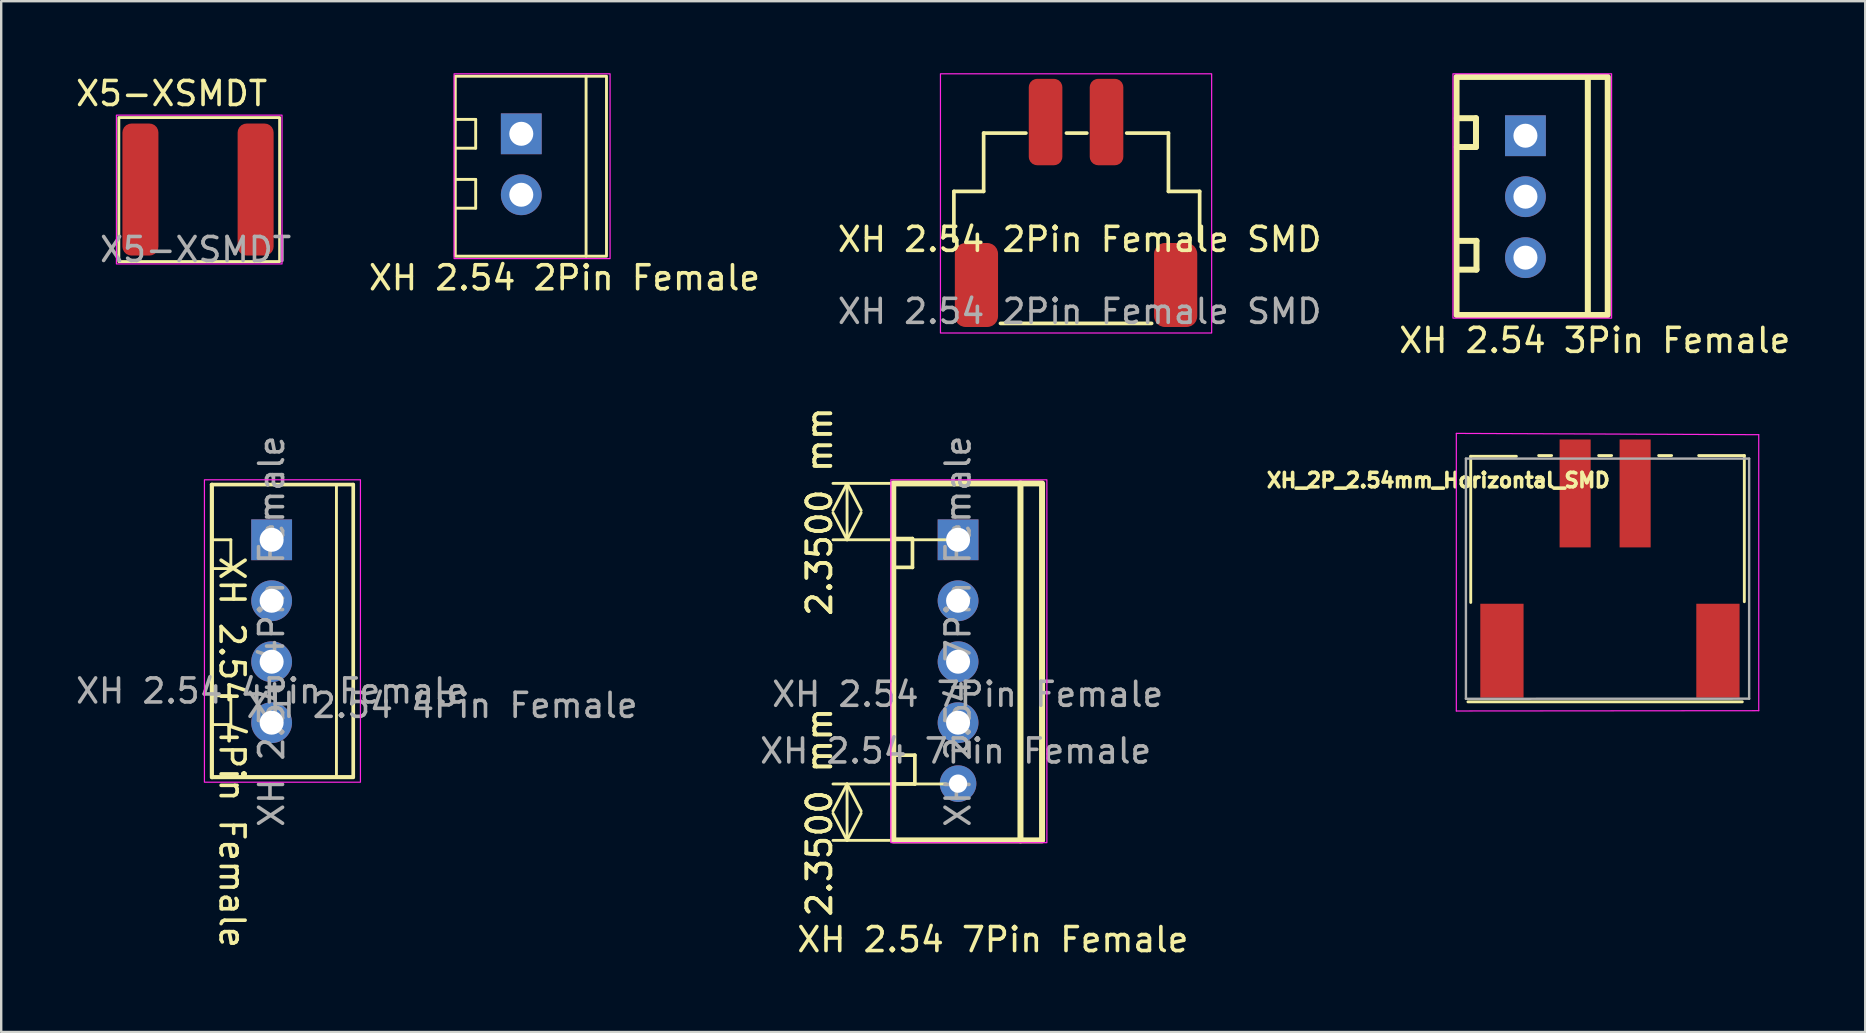
<source format=kicad_pcb>
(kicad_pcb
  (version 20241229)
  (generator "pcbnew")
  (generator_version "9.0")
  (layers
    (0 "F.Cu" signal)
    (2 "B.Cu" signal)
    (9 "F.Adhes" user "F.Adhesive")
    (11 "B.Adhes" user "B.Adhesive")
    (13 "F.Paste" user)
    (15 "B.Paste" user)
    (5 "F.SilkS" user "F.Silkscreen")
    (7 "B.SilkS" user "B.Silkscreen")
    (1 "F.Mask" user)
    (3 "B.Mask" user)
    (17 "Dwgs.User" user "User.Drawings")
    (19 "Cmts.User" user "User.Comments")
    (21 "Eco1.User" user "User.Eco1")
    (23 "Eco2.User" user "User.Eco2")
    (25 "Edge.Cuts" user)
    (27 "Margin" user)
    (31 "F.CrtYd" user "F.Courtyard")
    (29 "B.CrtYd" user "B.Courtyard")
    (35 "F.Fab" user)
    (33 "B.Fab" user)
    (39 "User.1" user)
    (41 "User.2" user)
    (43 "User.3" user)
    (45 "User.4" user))
  (footprint "XH_2P_2.54mm_Horizontal_SMD"
    (layer "F.Cu")
    (at 63.83 21.062)
    (property "Reference" "XH_2P_2.54mm_Horizontal_SMD" (at -6.95 -4.1 0) (layer "F.SilkS") (effects (font (size 0.6 0.6) (thickness 0.15))))
    (attr smd)
    (fp_line (start -5.716 5.131) (end 5.716 5.131) (stroke (width 0.12) (type solid)) (layer "F.SilkS"))
    (fp_line (start -5.6 -5.1) (end -5.6 0.99) (stroke (width 0.12) (type solid)) (layer "F.SilkS"))
    (fp_line (start -3.698 -5.1) (end -5.6 -5.1) (stroke (width 0.12) (type solid)) (layer "F.SilkS"))
    (fp_line (start -2.23 -5.131) (end -2.77 -5.131) (stroke (width 0.12) (type solid)) (layer "F.SilkS"))
    (fp_line (start 0.27 -5.131) (end -0.27 -5.131) (stroke (width 0.12) (type solid)) (layer "F.SilkS"))
    (fp_line (start 2.77 -5.131) (end 2.23 -5.131) (stroke (width 0.12) (type solid)) (layer "F.SilkS"))
    (fp_line (start 3.898 -5.131) (end 5.8 -5.131) (stroke (width 0.12) (type solid)) (layer "F.SilkS"))
    (fp_line (start 5.8 -5.131) (end 5.8 0.959) (stroke (width 0.12) (type solid)) (layer "F.SilkS"))
    (fp_line (start -6.2 -6.054) (end -6.2 5.512) (stroke (width 0.05) (type solid)) (layer "F.CrtYd"))
    (fp_line (start -6.2 5.512) (end 6.4 5.5) (stroke (width 0.05) (type solid)) (layer "F.CrtYd"))
    (fp_line (start 6.4 -6) (end -6.2 -6.054) (stroke (width 0.05) (type solid)) (layer "F.CrtYd"))
    (fp_line (start 6.4 5.5) (end 6.4 -6) (stroke (width 0.05) (type solid)) (layer "F.CrtYd"))
    (fp_line (start -5.8 -5.004) (end -5.8 5.004) (stroke (width 0.1) (type solid)) (layer "F.Fab"))
    (fp_line (start -5.8 5.004) (end 6 5) (stroke (width 0.1) (type solid)) (layer "F.Fab"))
    (fp_line (start 6 -5.004) (end -5.8 -5.004) (stroke (width 0.1) (type solid)) (layer "F.Fab"))
    (fp_line (start 6 5.004) (end 6 -5.004) (stroke (width 0.1) (type solid)) (layer "F.Fab"))
    (pad "1" smd rect (at -4.3 3 90) (size 3.912 1.803) (layers "F.Cu" "F.Mask" "F.Paste"))
    (pad "1" smd rect (at -1.25 -3.552) (size 1.295 4.496) (layers "F.Cu" "F.Mask" "F.Paste"))
    (pad "1" smd rect (at 4.7 3 90) (size 3.912 1.803) (layers "F.Cu" "F.Mask" "F.Paste"))
    (pad "2" smd rect (at 1.25 -3.552) (size 1.295 4.496) (layers "F.Cu" "F.Mask" "F.Paste")))
  (footprint "XH 2.54 3Pin Female"
    (layer "F.Cu")
    (at 60.509 5.145)
    (property "Reference" "XH 2.54 3Pin Female" (at 2.89 5.99 0) (unlocked yes) (layer "F.SilkS") (effects (font (size 1 1) (thickness 0.15))))
    (attr through_hole)
    (fp_line (start -2.86 -3.27) (end -2.06 -3.27) (stroke (width 0.25) (type solid)) (layer "F.SilkS"))
    (fp_line (start -2.84 1.84) (end -2.04 1.84) (stroke (width 0.25) (type solid)) (layer "F.SilkS"))
    (fp_line (start -2.06 -3.27) (end -2.06 -2.07) (stroke (width 0.25) (type solid)) (layer "F.SilkS"))
    (fp_line (start -2.06 -2.07) (end -2.86 -2.07) (stroke (width 0.25) (type solid)) (layer "F.SilkS"))
    (fp_line (start -2.04 1.84) (end -2.04 3.04) (stroke (width 0.25) (type solid)) (layer "F.SilkS"))
    (fp_line (start -2.04 3.04) (end -2.84 3.04) (stroke (width 0.25) (type solid)) (layer "F.SilkS"))
    (fp_line (start 2.6 -4.99) (end 2.6 4.92) (stroke (width 0.25) (type solid)) (layer "F.SilkS"))
    (fp_rect (start -2.87 -4.99) (end 3.43 4.93) (stroke (width 0.25) (type solid)) (fill no) (layer "F.SilkS"))
    (fp_rect (start -3.02 -5.12) (end 3.59 5.06) (stroke (width 0.05) (type solid)) (fill no) (layer "F.CrtYd"))
    (pad "1" thru_hole rect (at 0 -2.54) (size 1.7 1.7) (drill 1) (layers "*.Cu" "*.Mask"))
    (pad "2" thru_hole oval (at 0 0) (size 1.7 1.7) (drill 1) (layers "*.Cu" "*.Mask"))
    (pad "3" thru_hole circle (at 0 2.54) (size 1.7 1.7) (drill 1) (layers "*.Cu" "*.Mask")))
  (footprint "XH 2.54 2Pin Female"
    (layer "F.Cu")
    (at 18.77 3.865)
    (property "Reference" "XH 2.54 2Pin Female" (at 1.7 4.66 0) (unlocked yes) (layer "F.SilkS") (effects (font (size 1 1) (thickness 0.15))))
    (attr through_hole)
    (fp_line (start -2.8 -1.94) (end -2 -1.94) (stroke (width 0.12) (type solid)) (layer "F.SilkS"))
    (fp_line (start -2.8 0.56) (end -2 0.56) (stroke (width 0.12) (type solid)) (layer "F.SilkS"))
    (fp_line (start -2 -1.94) (end -2 -0.74) (stroke (width 0.12) (type solid)) (layer "F.SilkS"))
    (fp_line (start -2 -0.74) (end -2.8 -0.74) (stroke (width 0.12) (type solid)) (layer "F.SilkS"))
    (fp_line (start -2 0.56) (end -2 1.76) (stroke (width 0.12) (type solid)) (layer "F.SilkS"))
    (fp_line (start -2 1.76) (end -2.8 1.76) (stroke (width 0.12) (type solid)) (layer "F.SilkS"))
    (fp_line (start 2.6 -3.74) (end 2.6 3.76) (stroke (width 0.12) (type solid)) (layer "F.SilkS"))
    (fp_rect (start -2.85 -3.74) (end 3.45 3.76) (stroke (width 0.12) (type solid)) (fill no) (layer "F.SilkS"))
    (fp_rect (start -2.9 -3.84) (end 3.6 3.86) (stroke (width 0.05) (type solid)) (fill no) (layer "F.CrtYd"))
    (pad "1" thru_hole rect (at -0.1 -1.34) (size 1.7 1.7) (drill 1) (layers "*.Cu" "*.Mask"))
    (pad "2" thru_hole oval (at -0.1 1.2) (size 1.7 1.7) (drill 1) (layers "*.Cu" "*.Mask")))
  (footprint "XH 2.54 2Pin Female SMD"
    (layer "F.Cu")
    (at 41.935 7.425)
    (property "Reference" "XH 2.54 2Pin Female SMD" (at 0 -0.5 0) (unlocked yes) (layer "F.SilkS") (effects (font (size 1 1) (thickness 0.15))))
    (attr smd)
    (fp_line (start -5.24 -2.5) (end -4 -2.5) (stroke (width 0.153) (type solid)) (layer "F.SilkS"))
    (fp_line (start -5.24 -0.43) (end -5.24 -2.5) (stroke (width 0.153) (type solid)) (layer "F.SilkS"))
    (fp_line (start -4 -4.93) (end -2.24 -4.93) (stroke (width 0.153) (type solid)) (layer "F.SilkS"))
    (fp_line (start -4 -2.5) (end -4 -4.93) (stroke (width 0.153) (type solid)) (layer "F.SilkS"))
    (fp_line (start -3.3 3) (end 3 3) (stroke (width 0.153) (type solid)) (layer "F.SilkS"))
    (fp_line (start -0.55 -4.93) (end 0.3 -4.93) (stroke (width 0.153) (type solid)) (layer "F.SilkS"))
    (fp_line (start 3.7 -4.93) (end 1.96 -4.93) (stroke (width 0.153) (type solid)) (layer "F.SilkS"))
    (fp_line (start 3.7 -2.5) (end 3.7 -4.93) (stroke (width 0.153) (type solid)) (layer "F.SilkS"))
    (fp_line (start 3.7 -2.5) (end 5 -2.5) (stroke (width 0.153) (type solid)) (layer "F.SilkS"))
    (fp_line (start 5 -0.43) (end 5 -2.5) (stroke (width 0.153) (type solid)) (layer "F.SilkS"))
    (fp_rect (start -5.8 -7.4) (end 5.5 3.4) (stroke (width 0.05) (type solid)) (fill no) (layer "F.CrtYd"))
    (fp_text user "${REFERENCE}" (at 0 2.5 0) (unlocked yes) (layer "F.Fab") (effects (font (size 1 1) (thickness 0.15))))
    (pad "1" smd roundrect (at -1.42 -5.39) (size 1.4 3.6) (layers "F.Cu" "F.Mask" "F.Paste") (roundrect_rratio 0.25))
    (pad "2" smd roundrect (at 1.12 -5.39) (size 1.4 3.6) (layers "F.Cu" "F.Mask" "F.Paste") (roundrect_rratio 0.25))
    (pad "S" smd roundrect (at -4.3 1.4) (size 1.8 3.5) (layers "F.Cu" "F.Mask" "F.Paste") (roundrect_rratio 0.25))
    (pad "S" smd roundrect (at 4 1.4) (size 1.8 3.5) (layers "F.Cu" "F.Mask" "F.Paste") (roundrect_rratio 0.25)))
  (footprint "XH 2.54 4Pin Female"
    (layer "F.Cu")
    (at 8.268 23.241)
    (property "Reference" "XH 2.54 4Pin Female" (at -1.65 5.05 270) (unlocked yes) (layer "F.SilkS") (effects (font (size 1 1) (thickness 0.15))))
    (attr through_hole)
    (fp_line (start -2.4 -3.8) (end -1.7 -3.8) (stroke (width 0.12) (type solid)) (layer "F.SilkS"))
    (fp_line (start -2.4 2.7) (end -1.7 2.7) (stroke (width 0.12) (type solid)) (layer "F.SilkS"))
    (fp_line (start -1.7 -3.8) (end -1.7 -2.6) (stroke (width 0.12) (type solid)) (layer "F.SilkS"))
    (fp_line (start -1.7 -2.6) (end -2.5 -2.6) (stroke (width 0.12) (type solid)) (layer "F.SilkS"))
    (fp_line (start -1.7 2.7) (end -1.7 3.9) (stroke (width 0.12) (type solid)) (layer "F.SilkS"))
    (fp_line (start -1.7 3.9) (end -2.5 3.9) (stroke (width 0.12) (type solid)) (layer "F.SilkS"))
    (fp_line (start 2.7 -6.1) (end 2.7 6) (stroke (width 0.12) (type solid)) (layer "F.SilkS"))
    (fp_rect (start -2.5 -6.1) (end -2.48 6.1) (stroke (width 0.153) (type solid)) (fill no) (layer "F.SilkS"))
    (fp_rect (start -2.5 -6.1) (end 3.4 -6.1) (stroke (width 0.153) (type solid)) (fill no) (layer "F.SilkS"))
    (fp_rect (start -2.48 6.08) (end 3.4 6.1) (stroke (width 0.153) (type solid)) (fill no) (layer "F.SilkS"))
    (fp_rect (start 3.4 6.08) (end 3.4 -6.1) (stroke (width 0.153) (type solid)) (fill no) (layer "F.SilkS"))
    (fp_rect (start -2.8 -6.3) (end 3.7 6.3) (stroke (width 0.05) (type solid)) (fill no) (layer "F.CrtYd"))
    (fp_text user "${REFERENCE}" (at 0 2.5 0) (unlocked yes) (layer "F.Fab") (effects (font (size 1 1) (thickness 0.15))))
    (fp_text user "${REFERENCE}" (at 7.1 3.1 0) (unlocked yes) (layer "F.Fab") (effects (font (size 1 1) (thickness 0.15))))
    (fp_text user "${REFERENCE}" (at 0 0.01 270) (layer "F.Fab") (effects (font (size 1 1) (thickness 0.15))))
    (pad "1" thru_hole rect (at 0 -3.8) (size 1.7 1.7) (drill 1) (layers "*.Cu" "*.Mask"))
    (pad "2" thru_hole oval (at 0 -1.26) (size 1.7 1.7) (drill 1) (layers "*.Cu" "*.Mask"))
    (pad "3" thru_hole oval (at 0 1.28) (size 1.7 1.7) (drill 1) (layers "*.Cu" "*.Mask"))
    (pad "4" thru_hole oval (at 0 3.82) (size 1.7 1.7) (drill 1) (layers "*.Cu" "*.Mask")))
  (footprint "X5-XSMDT"
    (layer "F.Cu")
    (at 5.101 4.848)
    (property "Reference" "X5-XSMDT" (at -1 -4 0) (unlocked yes) (layer "F.SilkS") (effects (font (size 1 1) (thickness 0.15))))
    (attr smd)
    (fp_rect (start -3.2 -3) (end 3.5 3) (stroke (width 0.12) (type solid)) (fill no) (layer "F.SilkS"))
    (fp_rect (start -3.3 -3.1) (end 3.6 3.1) (stroke (width 0.05) (type solid)) (fill no) (layer "F.CrtYd"))
    (fp_text user "${REFERENCE}" (at 0 2.5 0) (unlocked yes) (layer "F.Fab") (effects (font (size 1 1) (thickness 0.15))))
    (pad "1" smd roundrect (at -2.3 0) (size 1.5 5.5) (layers "F.Cu" "F.Mask" "F.Paste") (roundrect_rratio 0.25))
    (pad "2" smd roundrect (at 2.5 0) (size 1.5 5.5) (layers "F.Cu" "F.Mask" "F.Paste") (roundrect_rratio 0.25)))
  (footprint "XH 2.54 7Pin Female"
    (layer "F.Cu")
    (at 36.869 25.791)
    (property "Reference" "XH 2.54 7Pin Female" (at 1.45 10.31 0) (unlocked yes) (layer "F.SilkS") (effects (font (size 1 1) (thickness 0.15))))
    (attr through_hole)
    (fp_line (start -2.7 -6.4) (end -1.9 -6.4) (stroke (width 0.153) (type solid)) (layer "F.SilkS"))
    (fp_line (start -2.6 2.625) (end -1.8 2.625) (stroke (width 0.153) (type solid)) (layer "F.SilkS"))
    (fp_line (start -1.9 -6.4) (end -1.9 -5.2) (stroke (width 0.153) (type solid)) (layer "F.SilkS"))
    (fp_line (start -1.9 -5.2) (end -2.7 -5.2) (stroke (width 0.153) (type solid)) (layer "F.SilkS"))
    (fp_line (start -1.8 2.625) (end -1.8 3.825) (stroke (width 0.153) (type solid)) (layer "F.SilkS"))
    (fp_line (start -1.8 3.825) (end -2.6 3.825) (stroke (width 0.153) (type solid)) (layer "F.SilkS"))
    (fp_line (start 2.6 -8.7) (end 2.6 6.175) (stroke (width 0.25) (type solid)) (layer "F.SilkS"))
    (fp_rect (start -2.7 -8.7) (end 3.5 6.175) (stroke (width 0.25) (type solid)) (fill no) (layer "F.SilkS"))
    (fp_rect (start -2.8 -8.85) (end 3.7 6.27) (stroke (width 0.05) (type solid)) (fill no) (layer "F.CrtYd"))
    (fp_text user "${REFERENCE}" (at -0.1 2.45 0) (unlocked yes) (layer "F.Fab") (effects (font (size 1 1) (thickness 0.15))))
    (fp_text user "${REFERENCE}" (at 0 -2.54 90) (layer "F.Fab") (effects (font (size 1 1) (thickness 0.15))))
    (fp_text user "${REFERENCE}" (at 0.4 0.09 0) (unlocked yes) (layer "F.Fab") (effects (font (size 1 1) (thickness 0.15))))
    (dimension (type aligned) (layer "F.SilkS") (pts (xy 36.869 19.441) (xy 36.869 17.091)) (height -4.625) (format (prefix "") (suffix "") (units 3) (units_format 1) (precision 4)) (style (thickness 0.12) (arrow_length 1.27) (text_position_mode 0) (arrow_direction outward) (extension_height 0.586) (extension_offset 0.5) (keep_text_aligned yes)) (gr_text "2.3500 mm" (at 31.094 18.266 90) (layer "F.SilkS") (effects (font (size 1 1) (thickness 0.15)))))
    (dimension (type aligned) (layer "F.SilkS") (pts (xy 36.869 31.966) (xy 36.869 29.616)) (height -4.625) (format (prefix "") (suffix "") (units 3) (units_format 1) (precision 4)) (style (thickness 0.12) (arrow_length 1.27) (text_position_mode 0) (arrow_direction outward) (extension_height 0.586) (extension_offset 0.5) (keep_text_aligned yes)) (gr_text "2.3500 mm" (at 31.094 30.791 90) (layer "F.SilkS") (effects (font (size 1 1) (thickness 0.15)))))
    (pad "1" thru_hole rect (at 0 -6.35) (size 1.7 1.7) (drill 1) (layers "*.Cu" "*.Mask"))
    (pad "2" thru_hole oval (at 0 -3.81) (size 1.7 1.7) (drill 1) (layers "*.Cu" "*.Mask"))
    (pad "3" thru_hole oval (at 0 -1.27) (size 1.7 1.7) (drill 1) (layers "*.Cu" "*.Mask"))
    (pad "4" thru_hole oval (at 0 1.27) (size 1.7 1.7) (drill 1) (layers "*.Cu" "*.Mask"))
    (pad "5" thru_hole circle (at 0 3.81) (size 1.524 1.524) (drill 0.762) (layers "*.Cu" "*.Mask")))
  (gr_rect
    (start -3 -3)
    (end 74.667 39.949)
    (stroke (width 0.1) (type default))
    (fill no)
    (layer "Edge.Cuts")))
</source>
